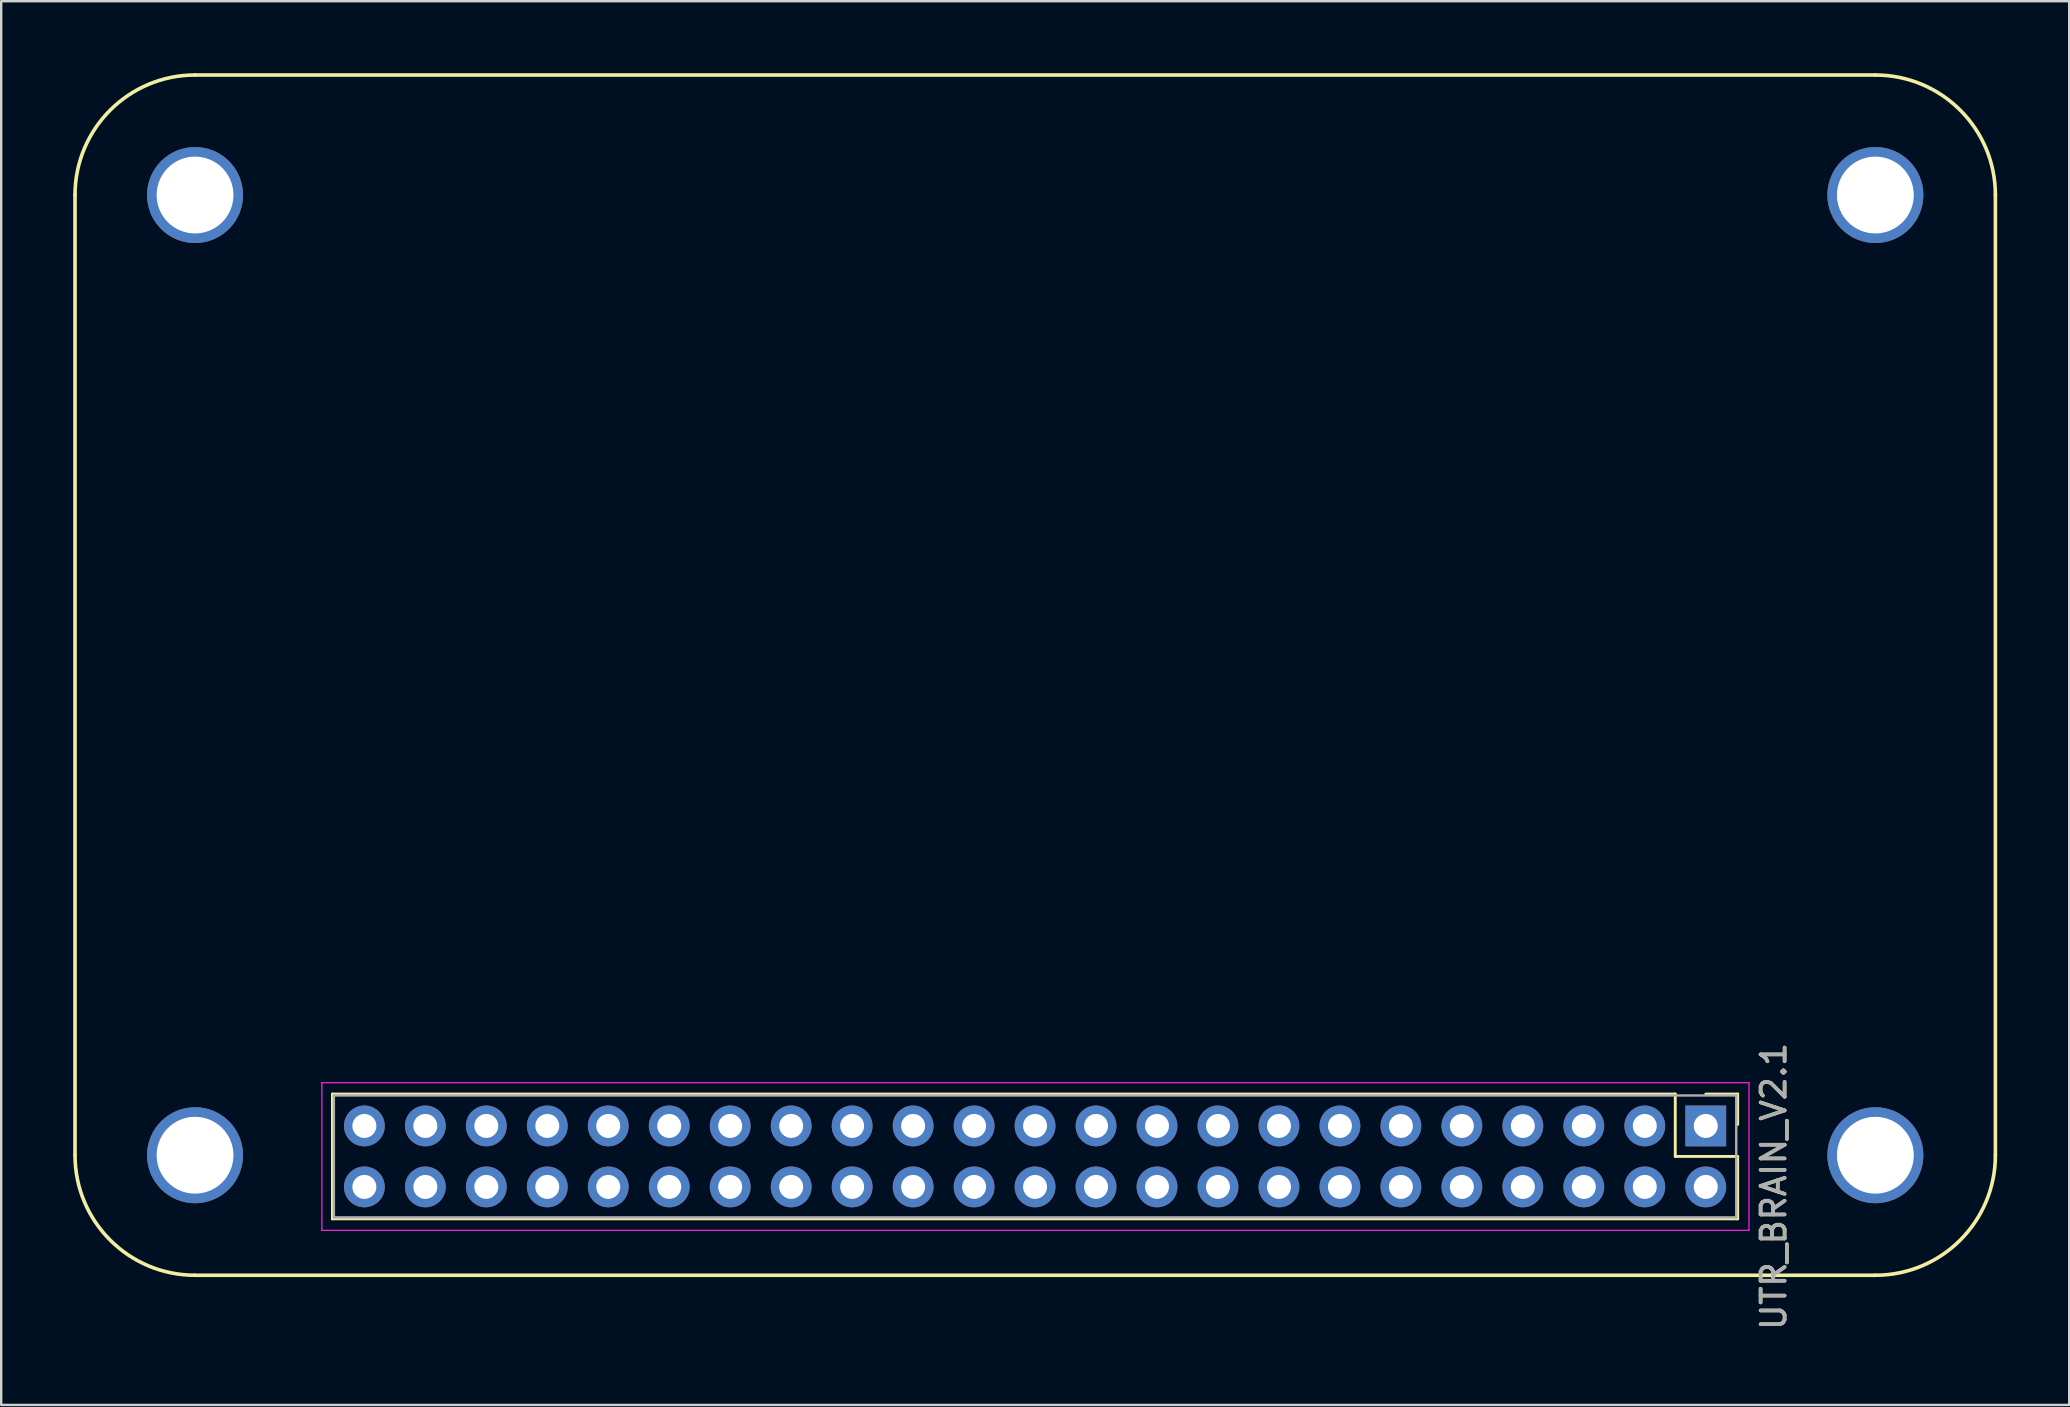
<source format=kicad_pcb>
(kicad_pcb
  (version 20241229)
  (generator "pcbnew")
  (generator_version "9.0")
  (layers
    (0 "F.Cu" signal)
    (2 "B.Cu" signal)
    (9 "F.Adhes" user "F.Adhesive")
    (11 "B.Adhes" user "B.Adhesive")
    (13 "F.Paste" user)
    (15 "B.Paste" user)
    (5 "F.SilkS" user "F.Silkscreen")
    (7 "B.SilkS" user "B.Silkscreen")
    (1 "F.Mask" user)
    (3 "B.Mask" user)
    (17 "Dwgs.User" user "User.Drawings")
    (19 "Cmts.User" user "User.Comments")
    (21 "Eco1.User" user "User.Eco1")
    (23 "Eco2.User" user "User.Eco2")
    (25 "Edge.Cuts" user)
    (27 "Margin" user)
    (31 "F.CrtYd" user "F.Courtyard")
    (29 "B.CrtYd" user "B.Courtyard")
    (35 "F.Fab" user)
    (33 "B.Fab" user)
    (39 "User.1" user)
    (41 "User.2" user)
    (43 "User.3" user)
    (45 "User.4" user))
  (footprint "UTR_BRAIN_V2.1"
    (layer "F.Cu")
    (at 40.075 25.075)
    (property "Reference" "UTR_BRAIN_V2.1" (at 30.764 21.3 90) (layer "F.SilkS") (effects (font (size 1 1) (thickness 0.15))))
    (attr through_hole)
    (fp_line (start -40 -20) (end -40 20) (stroke (width 0.15) (type solid)) (layer "F.SilkS"))
    (fp_line (start -35 25) (end 35 25) (stroke (width 0.15) (type solid)) (layer "F.SilkS"))
    (fp_line (start -29.276 17.45) (end -29.276 22.65) (stroke (width 0.12) (type solid)) (layer "F.SilkS"))
    (fp_line (start -29.276 22.65) (end 29.264 22.65) (stroke (width 0.12) (type solid)) (layer "F.SilkS"))
    (fp_line (start 26.664 17.45) (end -29.276 17.45) (stroke (width 0.12) (type solid)) (layer "F.SilkS"))
    (fp_line (start 26.664 20.05) (end 26.664 17.45) (stroke (width 0.12) (type solid)) (layer "F.SilkS"))
    (fp_line (start 27.934 17.45) (end 29.264 17.45) (stroke (width 0.12) (type solid)) (layer "F.SilkS"))
    (fp_line (start 29.264 17.45) (end 29.264 18.72) (stroke (width 0.12) (type solid)) (layer "F.SilkS"))
    (fp_line (start 29.264 20.05) (end 26.664 20.05) (stroke (width 0.12) (type solid)) (layer "F.SilkS"))
    (fp_line (start 29.264 22.65) (end 29.264 20.05) (stroke (width 0.12) (type solid)) (layer "F.SilkS"))
    (fp_line (start 35 -25) (end -35 -25) (stroke (width 0.15) (type solid)) (layer "F.SilkS"))
    (fp_line (start 40 20) (end 40 -20) (stroke (width 0.15) (type solid)) (layer "F.SilkS"))
    (fp_arc (start -40 -20) (mid -38.535534 -23.535534) (end -35 -25) (stroke (width 0.15) (type solid)) (layer "F.SilkS"))
    (fp_arc (start -35 25) (mid -38.535534 23.535534) (end -40 20) (stroke (width 0.15) (type solid)) (layer "F.SilkS"))
    (fp_arc (start 35 -25) (mid 38.535534 -23.535534) (end 40 -20) (stroke (width 0.15) (type solid)) (layer "F.SilkS"))
    (fp_arc (start 40 20) (mid 38.535534 23.535534) (end 35 25) (stroke (width 0.15) (type solid)) (layer "F.SilkS"))
    (fp_line (start -29.716 16.98) (end 29.734 16.98) (stroke (width 0.05) (type solid)) (layer "F.CrtYd"))
    (fp_line (start -29.716 23.13) (end -29.716 16.98) (stroke (width 0.05) (type solid)) (layer "F.CrtYd"))
    (fp_line (start 29.734 16.98) (end 29.734 23.13) (stroke (width 0.05) (type solid)) (layer "F.CrtYd"))
    (fp_line (start 29.734 23.13) (end -29.716 23.13) (stroke (width 0.05) (type solid)) (layer "F.CrtYd"))
    (fp_line (start -29.216 17.51) (end 29.204 17.51) (stroke (width 0.1) (type solid)) (layer "F.Fab"))
    (fp_line (start -29.216 22.59) (end -29.216 17.51) (stroke (width 0.1) (type solid)) (layer "F.Fab"))
    (fp_line (start 29.204 17.51) (end 29.204 22.59) (stroke (width 0.1) (type solid)) (layer "F.Fab"))
    (fp_line (start 29.204 22.59) (end -29.216 22.59) (stroke (width 0.1) (type solid)) (layer "F.Fab"))
    (fp_text user "${REFERENCE}" (at 30.764 21.3 90) (layer "F.Fab") (effects (font (size 1 1) (thickness 0.15))))
    (pad "0" thru_hole circle (at -35 -20) (size 4 4) (drill 3.2) (layers "*.Cu" "F.Mask"))
    (pad "0" thru_hole circle (at -35 20) (size 4 4) (drill 3.2) (layers "*.Cu" "F.Mask"))
    (pad "0" thru_hole circle (at 35 -20) (size 4 4) (drill 3.2) (layers "*.Cu" "F.Mask"))
    (pad "0" thru_hole circle (at 35 20) (size 4 4) (drill 3.2) (layers "*.Cu" "F.Mask"))
    (pad "1" thru_hole rect (at 27.934 18.78 270) (size 1.7 1.7) (drill 1) (layers "*.Cu" "*.Mask"))
    (pad "2" thru_hole oval (at 27.934 21.32 270) (size 1.7 1.7) (drill 1) (layers "*.Cu" "*.Mask"))
    (pad "3" thru_hole oval (at 25.394 18.78 270) (size 1.7 1.7) (drill 1) (layers "*.Cu" "*.Mask"))
    (pad "4" thru_hole oval (at 25.394 21.32 270) (size 1.7 1.7) (drill 1) (layers "*.Cu" "*.Mask"))
    (pad "5" thru_hole oval (at 22.854 18.78 270) (size 1.7 1.7) (drill 1) (layers "*.Cu" "*.Mask"))
    (pad "6" thru_hole oval (at 22.854 21.32 270) (size 1.7 1.7) (drill 1) (layers "*.Cu" "*.Mask"))
    (pad "7" thru_hole oval (at 20.314 18.78 270) (size 1.7 1.7) (drill 1) (layers "*.Cu" "*.Mask"))
    (pad "8" thru_hole oval (at 20.314 21.32 270) (size 1.7 1.7) (drill 1) (layers "*.Cu" "*.Mask"))
    (pad "9" thru_hole oval (at 17.774 18.78 270) (size 1.7 1.7) (drill 1) (layers "*.Cu" "*.Mask"))
    (pad "10" thru_hole oval (at 17.774 21.32 270) (size 1.7 1.7) (drill 1) (layers "*.Cu" "*.Mask"))
    (pad "11" thru_hole oval (at 15.234 18.78 270) (size 1.7 1.7) (drill 1) (layers "*.Cu" "*.Mask"))
    (pad "12" thru_hole oval (at 15.234 21.32 270) (size 1.7 1.7) (drill 1) (layers "*.Cu" "*.Mask"))
    (pad "13" thru_hole oval (at 12.694 18.78 270) (size 1.7 1.7) (drill 1) (layers "*.Cu" "*.Mask"))
    (pad "14" thru_hole oval (at 12.694 21.32 270) (size 1.7 1.7) (drill 1) (layers "*.Cu" "*.Mask"))
    (pad "15" thru_hole oval (at 10.154 18.78 270) (size 1.7 1.7) (drill 1) (layers "*.Cu" "*.Mask"))
    (pad "16" thru_hole oval (at 10.154 21.32 270) (size 1.7 1.7) (drill 1) (layers "*.Cu" "*.Mask"))
    (pad "17" thru_hole oval (at 7.614 18.78 270) (size 1.7 1.7) (drill 1) (layers "*.Cu" "*.Mask"))
    (pad "18" thru_hole oval (at 7.614 21.32 270) (size 1.7 1.7) (drill 1) (layers "*.Cu" "*.Mask"))
    (pad "19" thru_hole oval (at 5.074 18.78 270) (size 1.7 1.7) (drill 1) (layers "*.Cu" "*.Mask"))
    (pad "20" thru_hole oval (at 5.074 21.32 270) (size 1.7 1.7) (drill 1) (layers "*.Cu" "*.Mask"))
    (pad "21" thru_hole oval (at 2.534 18.78 270) (size 1.7 1.7) (drill 1) (layers "*.Cu" "*.Mask"))
    (pad "22" thru_hole oval (at 2.534 21.32 270) (size 1.7 1.7) (drill 1) (layers "*.Cu" "*.Mask"))
    (pad "23" thru_hole oval (at -0.006 18.78 270) (size 1.7 1.7) (drill 1) (layers "*.Cu" "*.Mask"))
    (pad "24" thru_hole oval (at -0.006 21.32 270) (size 1.7 1.7) (drill 1) (layers "*.Cu" "*.Mask"))
    (pad "25" thru_hole oval (at -2.546 18.78 270) (size 1.7 1.7) (drill 1) (layers "*.Cu" "*.Mask"))
    (pad "26" thru_hole oval (at -2.546 21.32 270) (size 1.7 1.7) (drill 1) (layers "*.Cu" "*.Mask"))
    (pad "27" thru_hole oval (at -5.086 18.78 270) (size 1.7 1.7) (drill 1) (layers "*.Cu" "*.Mask"))
    (pad "28" thru_hole oval (at -5.086 21.32 270) (size 1.7 1.7) (drill 1) (layers "*.Cu" "*.Mask"))
    (pad "29" thru_hole oval (at -7.626 18.78 270) (size 1.7 1.7) (drill 1) (layers "*.Cu" "*.Mask"))
    (pad "30" thru_hole oval (at -7.626 21.32 270) (size 1.7 1.7) (drill 1) (layers "*.Cu" "*.Mask"))
    (pad "31" thru_hole oval (at -10.166 18.78 270) (size 1.7 1.7) (drill 1) (layers "*.Cu" "*.Mask"))
    (pad "32" thru_hole oval (at -10.166 21.32 270) (size 1.7 1.7) (drill 1) (layers "*.Cu" "*.Mask"))
    (pad "33" thru_hole oval (at -12.706 18.78 270) (size 1.7 1.7) (drill 1) (layers "*.Cu" "*.Mask"))
    (pad "34" thru_hole oval (at -12.706 21.32 270) (size 1.7 1.7) (drill 1) (layers "*.Cu" "*.Mask"))
    (pad "35" thru_hole oval (at -15.246 18.78 270) (size 1.7 1.7) (drill 1) (layers "*.Cu" "*.Mask"))
    (pad "36" thru_hole oval (at -15.246 21.32 270) (size 1.7 1.7) (drill 1) (layers "*.Cu" "*.Mask"))
    (pad "37" thru_hole oval (at -17.786 18.78 270) (size 1.7 1.7) (drill 1) (layers "*.Cu" "*.Mask"))
    (pad "38" thru_hole oval (at -17.786 21.32 270) (size 1.7 1.7) (drill 1) (layers "*.Cu" "*.Mask"))
    (pad "39" thru_hole oval (at -20.326 18.78 270) (size 1.7 1.7) (drill 1) (layers "*.Cu" "*.Mask"))
    (pad "40" thru_hole oval (at -20.326 21.32 270) (size 1.7 1.7) (drill 1) (layers "*.Cu" "*.Mask"))
    (pad "41" thru_hole oval (at -22.866 18.78 270) (size 1.7 1.7) (drill 1) (layers "*.Cu" "*.Mask"))
    (pad "42" thru_hole oval (at -22.866 21.32 270) (size 1.7 1.7) (drill 1) (layers "*.Cu" "*.Mask"))
    (pad "43" thru_hole oval (at -25.406 18.78 270) (size 1.7 1.7) (drill 1) (layers "*.Cu" "*.Mask"))
    (pad "44" thru_hole oval (at -25.406 21.32 270) (size 1.7 1.7) (drill 1) (layers "*.Cu" "*.Mask"))
    (pad "45" thru_hole oval (at -27.946 18.78 270) (size 1.7 1.7) (drill 1) (layers "*.Cu" "*.Mask"))
    (pad "46" thru_hole oval (at -27.946 21.32 270) (size 1.7 1.7) (drill 1) (layers "*.Cu" "*.Mask")))
  (gr_rect
    (start -3 -3)
    (end 83.15 55.476)
    (stroke (width 0.1) (type default))
    (fill no)
    (layer "Edge.Cuts")))
</source>
